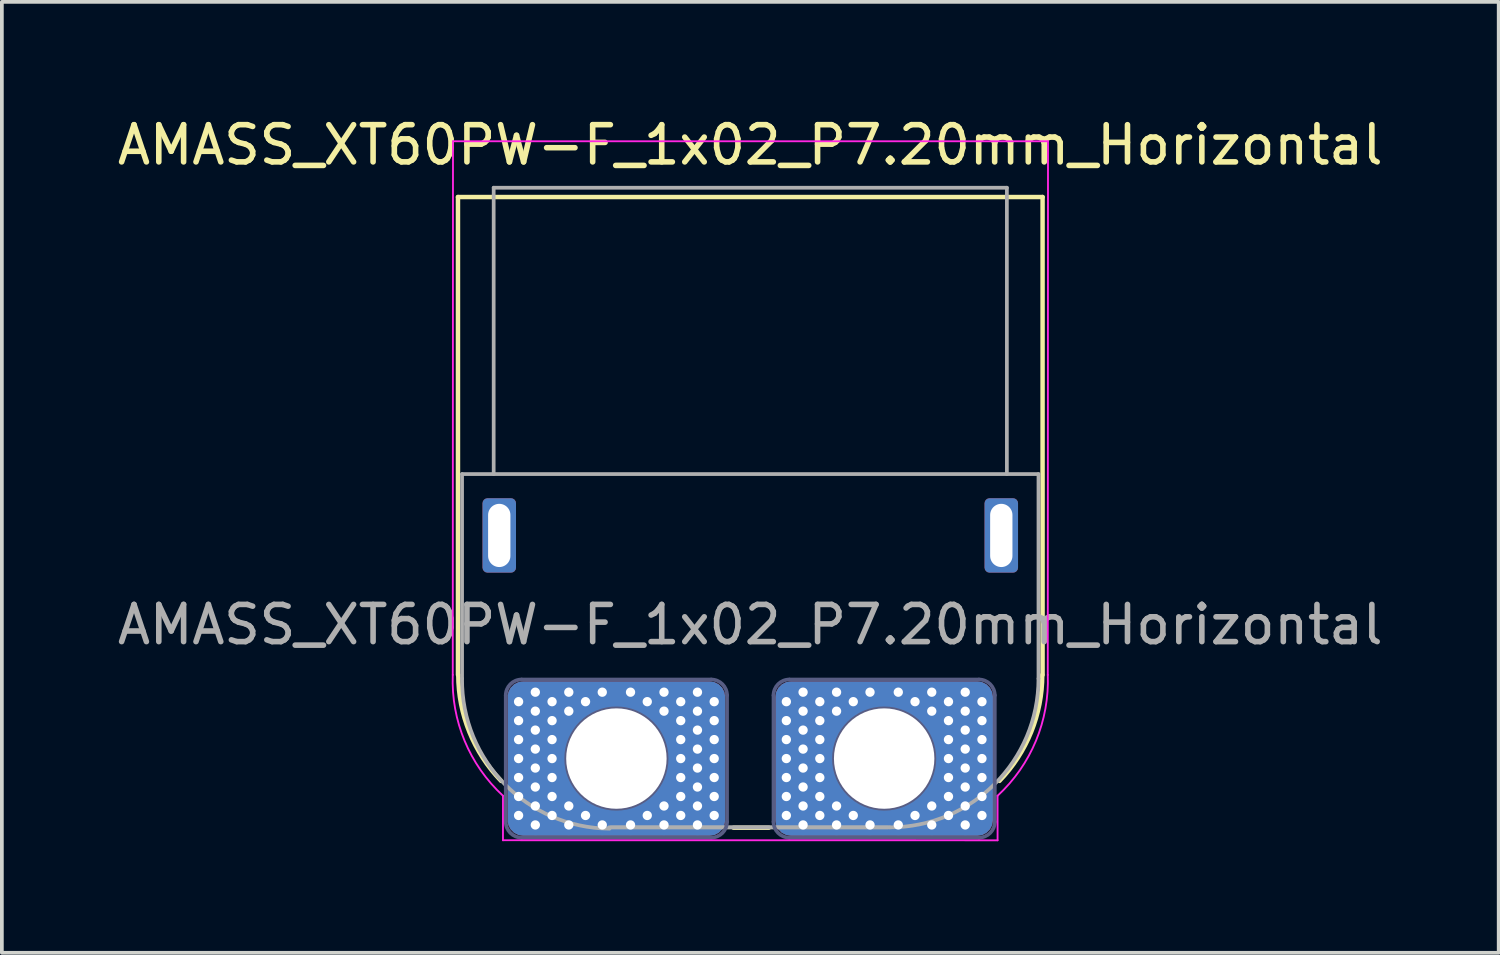
<source format=kicad_pcb>
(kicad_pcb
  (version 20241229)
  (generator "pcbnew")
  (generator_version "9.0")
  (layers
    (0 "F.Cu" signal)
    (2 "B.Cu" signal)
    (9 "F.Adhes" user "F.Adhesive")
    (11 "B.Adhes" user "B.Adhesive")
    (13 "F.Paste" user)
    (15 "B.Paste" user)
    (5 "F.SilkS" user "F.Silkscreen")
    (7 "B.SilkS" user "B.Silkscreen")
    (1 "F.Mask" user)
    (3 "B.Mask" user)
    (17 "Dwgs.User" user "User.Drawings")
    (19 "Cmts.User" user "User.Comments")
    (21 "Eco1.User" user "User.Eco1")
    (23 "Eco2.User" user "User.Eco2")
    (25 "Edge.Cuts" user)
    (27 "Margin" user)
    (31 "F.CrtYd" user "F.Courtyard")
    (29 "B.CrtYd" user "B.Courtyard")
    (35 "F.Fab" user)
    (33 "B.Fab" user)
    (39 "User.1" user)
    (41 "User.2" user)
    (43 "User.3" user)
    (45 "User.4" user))
  (footprint "AMASS_XT60PW-F_1x02_P7.20mm_Horizontal"
    (layer "F.Cu")
    (at 20.725 17.348)
    (property "Reference" "AMASS_XT60PW-F_1x02_P7.20mm_Horizontal" (at -3.6 -16.5 0) (layer "F.SilkS") (effects (font (size 1 1) (thickness 0.15))))
    (attr through_hole)
    (fp_line (start -11.46 -15.1) (end -11.46 -2.25) (stroke (width 0.12) (type solid)) (layer "F.SilkS"))
    (fp_line (start -11.46 -15.1) (end 4.26 -15.1) (stroke (width 0.12) (type solid)) (layer "F.SilkS"))
    (fp_line (start -4.05 1.86) (end -3.1 1.86) (stroke (width 0.12) (type solid)) (layer "F.SilkS"))
    (fp_line (start 4.26 -15.1) (end 4.26 -2.25) (stroke (width 0.12) (type solid)) (layer "F.SilkS"))
    (fp_arc (start -10.3 0.6) (mid -11.152985 -0.713022) (end -11.451828 -2.25) (stroke (width 0.12) (type solid)) (layer "F.SilkS"))
    (fp_arc (start 4.251828 -2.25) (mid 3.952985 -0.713022) (end 3.099999 0.599999) (stroke (width 0.12) (type solid)) (layer "F.SilkS"))
    (fp_line (start -11.594 -16.6) (end -11.6 -2.25) (stroke (width 0.05) (type solid)) (layer "F.CrtYd"))
    (fp_line (start -11.594 -16.6) (end 4.406 -16.6) (stroke (width 0.05) (type solid)) (layer "F.CrtYd"))
    (fp_line (start -10.25 1) (end -10.25 2.198) (stroke (width 0.05) (type solid)) (layer "F.CrtYd"))
    (fp_line (start 3.05 1) (end 3.05 2.198) (stroke (width 0.05) (type solid)) (layer "F.CrtYd"))
    (fp_line (start 3.05 2.198) (end -10.25 2.196) (stroke (width 0.05) (type solid)) (layer "F.CrtYd"))
    (fp_line (start 4.406 -16.6) (end 4.4 -2.25) (stroke (width 0.05) (type solid)) (layer "F.CrtYd"))
    (fp_arc (start -10.25 1) (mid -11.281741 -0.476815) (end -11.6 -2.25) (stroke (width 0.05) (type solid)) (layer "F.CrtYd"))
    (fp_arc (start 4.4 -2.25) (mid 4.081744 -0.476814) (end 3.05 1) (stroke (width 0.05) (type solid)) (layer "F.CrtYd"))
    (fp_line (start -10.175 1.7) (end -10.175 -1.7) (stroke (width 0.1) (type default)) (layer "B.Fab"))
    (fp_line (start -9.75 -2.125) (end -4.65 -2.125) (stroke (width 0.1) (type default)) (layer "B.Fab"))
    (fp_line (start -4.65 2.125) (end -9.75 2.125) (stroke (width 0.1) (type default)) (layer "B.Fab"))
    (fp_line (start -4.225 -1.7) (end -4.225 1.7) (stroke (width 0.1) (type default)) (layer "B.Fab"))
    (fp_line (start -2.975 1.7) (end -2.975 -1.7) (stroke (width 0.1) (type default)) (layer "B.Fab"))
    (fp_line (start -2.55 -2.125) (end 2.55 -2.125) (stroke (width 0.1) (type default)) (layer "B.Fab"))
    (fp_line (start 2.55 2.125) (end -2.55 2.125) (stroke (width 0.1) (type default)) (layer "B.Fab"))
    (fp_line (start 2.975 -1.7) (end 2.975 1.7) (stroke (width 0.1) (type default)) (layer "B.Fab"))
    (fp_arc (start -10.175 -1.7) (mid -10.05052 -2.00052) (end -9.75 -2.125) (stroke (width 0.1) (type default)) (layer "B.Fab"))
    (fp_arc (start -9.75 2.125) (mid -10.05052 2.00052) (end -10.175 1.7) (stroke (width 0.1) (type default)) (layer "B.Fab"))
    (fp_arc (start -4.65 -2.125) (mid -4.34948 -2.00052) (end -4.225 -1.7) (stroke (width 0.1) (type default)) (layer "B.Fab"))
    (fp_arc (start -4.225 1.7) (mid -4.34948 2.00052) (end -4.65 2.125) (stroke (width 0.1) (type default)) (layer "B.Fab"))
    (fp_arc (start -2.975 -1.7) (mid -2.85052 -2.00052) (end -2.55 -2.125) (stroke (width 0.1) (type default)) (layer "B.Fab"))
    (fp_arc (start -2.55 2.125) (mid -2.85052 2.00052) (end -2.975 1.7) (stroke (width 0.1) (type default)) (layer "B.Fab"))
    (fp_arc (start 2.55 -2.125) (mid 2.85052 -2.00052) (end 2.975 -1.7) (stroke (width 0.1) (type default)) (layer "B.Fab"))
    (fp_arc (start 2.975 1.7) (mid 2.85052 2.00052) (end 2.55 2.125) (stroke (width 0.1) (type default)) (layer "B.Fab"))
    (fp_circle (center -7.2 0) (end -5.85 0) (stroke (width 0.1) (type default)) (fill no) (layer "B.Fab"))
    (fp_circle (center 0 0) (end 1.35 0) (stroke (width 0.1) (type default)) (fill no) (layer "B.Fab"))
    (fp_line (start -11.35 -7.65) (end -11.35 -2.15) (stroke (width 0.1) (type solid)) (layer "F.Fab"))
    (fp_line (start -11.35 -7.65) (end 4.15 -7.65) (stroke (width 0.1) (type solid)) (layer "F.Fab"))
    (fp_line (start -10.5 -15.35) (end 3.3 -15.35) (stroke (width 0.1) (type solid)) (layer "F.Fab"))
    (fp_line (start -10.5 -7.65) (end -10.5 -15.35) (stroke (width 0.1) (type solid)) (layer "F.Fab"))
    (fp_line (start -7.4 1.85) (end 0.1 1.85) (stroke (width 0.1) (type solid)) (layer "F.Fab"))
    (fp_line (start -7.35 1.85) (end 0.15 1.85) (stroke (width 0.1) (type solid)) (layer "F.Fab"))
    (fp_line (start 3.3 -7.65) (end 3.3 -15.35) (stroke (width 0.1) (type solid)) (layer "F.Fab"))
    (fp_line (start 4.15 -7.65) (end 4.15 -2.15) (stroke (width 0.1) (type solid)) (layer "F.Fab"))
    (fp_arc (start -7.385 1.885) (mid -10.203176 0.688678) (end -11.35 -2.15) (stroke (width 0.1) (type solid)) (layer "F.Fab"))
    (fp_arc (start 4.15 -2.15) (mid 2.978427 0.678427) (end 0.15 1.85) (stroke (width 0.1) (type solid)) (layer "F.Fab"))
    (fp_circle (center -0.05 0) (end 0.2 0) (stroke (width 0.1) (type solid)) (fill no) (layer "F.Fab"))
    (fp_text user "${REFERENCE}" (at -3.6 -3.6 0) (layer "F.Fab") (effects (font (size 1 1) (thickness 0.15))))
    (pad "1" thru_hole circle (at -2.63 -1.53 90) (size 0.55 0.55) (drill 0.25) (layers "*.Cu"))
    (pad "1" thru_hole circle (at -2.63 -1.02 90) (size 0.55 0.55) (drill 0.25) (layers "*.Cu"))
    (pad "1" thru_hole circle (at -2.63 -0.51 90) (size 0.55 0.55) (drill 0.25) (layers "*.Cu"))
    (pad "1" thru_hole circle (at -2.63 0 90) (size 0.55 0.55) (drill 0.25) (layers "*.Cu"))
    (pad "1" thru_hole circle (at -2.63 0.51 90) (size 0.55 0.55) (drill 0.25) (layers "*.Cu"))
    (pad "1" thru_hole circle (at -2.63 1.02 90) (size 0.55 0.55) (drill 0.25) (layers "*.Cu"))
    (pad "1" thru_hole circle (at -2.63 1.53 90) (size 0.55 0.55) (drill 0.25) (layers "*.Cu"))
    (pad "1" thru_hole circle (at -2.18 -1.785 90) (size 0.55 0.55) (drill 0.25) (layers "*.Cu"))
    (pad "1" thru_hole circle (at -2.18 -1.275 90) (size 0.55 0.55) (drill 0.25) (layers "*.Cu"))
    (pad "1" thru_hole circle (at -2.18 -0.765 90) (size 0.55 0.55) (drill 0.25) (layers "*.Cu"))
    (pad "1" thru_hole circle (at -2.18 -0.255 90) (size 0.55 0.55) (drill 0.25) (layers "*.Cu"))
    (pad "1" thru_hole circle (at -2.18 0.255 90) (size 0.55 0.55) (drill 0.25) (layers "*.Cu"))
    (pad "1" thru_hole circle (at -2.18 0.765 90) (size 0.55 0.55) (drill 0.25) (layers "*.Cu"))
    (pad "1" thru_hole circle (at -2.18 1.275 90) (size 0.55 0.55) (drill 0.25) (layers "*.Cu"))
    (pad "1" thru_hole circle (at -2.18 1.785 90) (size 0.55 0.55) (drill 0.25) (layers "*.Cu"))
    (pad "1" thru_hole circle (at -1.73 -1.53 90) (size 0.55 0.55) (drill 0.25) (layers "*.Cu"))
    (pad "1" thru_hole circle (at -1.73 -1.02 90) (size 0.55 0.55) (drill 0.25) (layers "*.Cu"))
    (pad "1" thru_hole circle (at -1.73 -0.51 90) (size 0.55 0.55) (drill 0.25) (layers "*.Cu"))
    (pad "1" thru_hole circle (at -1.73 0 90) (size 0.55 0.55) (drill 0.25) (layers "*.Cu"))
    (pad "1" thru_hole circle (at -1.73 0.51 90) (size 0.55 0.55) (drill 0.25) (layers "*.Cu"))
    (pad "1" thru_hole circle (at -1.73 1.02 90) (size 0.55 0.55) (drill 0.25) (layers "*.Cu"))
    (pad "1" thru_hole circle (at -1.73 1.53 90) (size 0.55 0.55) (drill 0.25) (layers "*.Cu"))
    (pad "1" thru_hole circle (at -1.28 -1.785 90) (size 0.55 0.55) (drill 0.25) (layers "*.Cu"))
    (pad "1" thru_hole circle (at -1.28 -1.275 90) (size 0.55 0.55) (drill 0.25) (layers "*.Cu"))
    (pad "1" thru_hole circle (at -1.28 1.275 90) (size 0.55 0.55) (drill 0.25) (layers "*.Cu"))
    (pad "1" thru_hole circle (at -1.28 1.785 90) (size 0.55 0.55) (drill 0.25) (layers "*.Cu"))
    (pad "1" thru_hole circle (at -0.83 -1.53 90) (size 0.55 0.55) (drill 0.25) (layers "*.Cu"))
    (pad "1" thru_hole circle (at -0.83 1.53 90) (size 0.55 0.55) (drill 0.25) (layers "*.Cu"))
    (pad "1" thru_hole circle (at -0.38 -1.785 90) (size 0.55 0.55) (drill 0.25) (layers "*.Cu"))
    (pad "1" thru_hole circle (at -0.38 1.785 90) (size 0.55 0.55) (drill 0.25) (layers "*.Cu"))
    (pad "1" thru_hole roundrect (at 0 0) (size 5.85 4.15) (drill 2.7) (layers "*.Cu" "*.Mask") (roundrect_rratio 0.1))
    (pad "1" thru_hole circle (at 0.38 -1.785 270) (size 0.55 0.55) (drill 0.25) (layers "*.Cu"))
    (pad "1" thru_hole circle (at 0.38 1.785 270) (size 0.55 0.55) (drill 0.25) (layers "*.Cu"))
    (pad "1" thru_hole circle (at 0.83 -1.53 270) (size 0.55 0.55) (drill 0.25) (layers "*.Cu"))
    (pad "1" thru_hole circle (at 0.83 1.53 270) (size 0.55 0.55) (drill 0.25) (layers "*.Cu"))
    (pad "1" thru_hole circle (at 1.28 -1.785 270) (size 0.55 0.55) (drill 0.25) (layers "*.Cu"))
    (pad "1" thru_hole circle (at 1.28 -1.275 270) (size 0.55 0.55) (drill 0.25) (layers "*.Cu"))
    (pad "1" thru_hole circle (at 1.28 1.275 270) (size 0.55 0.55) (drill 0.25) (layers "*.Cu"))
    (pad "1" thru_hole circle (at 1.28 1.785 270) (size 0.55 0.55) (drill 0.25) (layers "*.Cu"))
    (pad "1" thru_hole circle (at 1.73 -1.53 270) (size 0.55 0.55) (drill 0.25) (layers "*.Cu"))
    (pad "1" thru_hole circle (at 1.73 -1.02 270) (size 0.55 0.55) (drill 0.25) (layers "*.Cu"))
    (pad "1" thru_hole circle (at 1.73 -0.51 270) (size 0.55 0.55) (drill 0.25) (layers "*.Cu"))
    (pad "1" thru_hole circle (at 1.73 0 270) (size 0.55 0.55) (drill 0.25) (layers "*.Cu"))
    (pad "1" thru_hole circle (at 1.73 0.51 270) (size 0.55 0.55) (drill 0.25) (layers "*.Cu"))
    (pad "1" thru_hole circle (at 1.73 1.02 270) (size 0.55 0.55) (drill 0.25) (layers "*.Cu"))
    (pad "1" thru_hole circle (at 1.73 1.53 270) (size 0.55 0.55) (drill 0.25) (layers "*.Cu"))
    (pad "1" thru_hole circle (at 2.18 -1.785 270) (size 0.55 0.55) (drill 0.25) (layers "*.Cu"))
    (pad "1" thru_hole circle (at 2.18 -1.275 270) (size 0.55 0.55) (drill 0.25) (layers "*.Cu"))
    (pad "1" thru_hole circle (at 2.18 -0.765 270) (size 0.55 0.55) (drill 0.25) (layers "*.Cu"))
    (pad "1" thru_hole circle (at 2.18 -0.255 270) (size 0.55 0.55) (drill 0.25) (layers "*.Cu"))
    (pad "1" thru_hole circle (at 2.18 0.255 270) (size 0.55 0.55) (drill 0.25) (layers "*.Cu"))
    (pad "1" thru_hole circle (at 2.18 0.765 270) (size 0.55 0.55) (drill 0.25) (layers "*.Cu"))
    (pad "1" thru_hole circle (at 2.18 1.275 270) (size 0.55 0.55) (drill 0.25) (layers "*.Cu"))
    (pad "1" thru_hole circle (at 2.18 1.785 270) (size 0.55 0.55) (drill 0.25) (layers "*.Cu"))
    (pad "1" thru_hole circle (at 2.63 -1.53 270) (size 0.55 0.55) (drill 0.25) (layers "*.Cu"))
    (pad "1" thru_hole circle (at 2.63 -1.02 270) (size 0.55 0.55) (drill 0.25) (layers "*.Cu"))
    (pad "1" thru_hole circle (at 2.63 -0.51 270) (size 0.55 0.55) (drill 0.25) (layers "*.Cu"))
    (pad "1" thru_hole circle (at 2.63 0 270) (size 0.55 0.55) (drill 0.25) (layers "*.Cu"))
    (pad "1" thru_hole circle (at 2.63 0.51 270) (size 0.55 0.55) (drill 0.25) (layers "*.Cu"))
    (pad "1" thru_hole circle (at 2.63 1.02 270) (size 0.55 0.55) (drill 0.25) (layers "*.Cu"))
    (pad "1" thru_hole circle (at 2.63 1.53 270) (size 0.55 0.55) (drill 0.25) (layers "*.Cu"))
    (pad "2" thru_hole circle (at -9.83 -1.53 90) (size 0.55 0.55) (drill 0.25) (layers "*.Cu"))
    (pad "2" thru_hole circle (at -9.83 -1.02 90) (size 0.55 0.55) (drill 0.25) (layers "*.Cu"))
    (pad "2" thru_hole circle (at -9.83 -0.51 90) (size 0.55 0.55) (drill 0.25) (layers "*.Cu"))
    (pad "2" thru_hole circle (at -9.83 0 90) (size 0.55 0.55) (drill 0.25) (layers "*.Cu"))
    (pad "2" thru_hole circle (at -9.83 0.51 90) (size 0.55 0.55) (drill 0.25) (layers "*.Cu"))
    (pad "2" thru_hole circle (at -9.83 1.02 90) (size 0.55 0.55) (drill 0.25) (layers "*.Cu"))
    (pad "2" thru_hole circle (at -9.83 1.53 90) (size 0.55 0.55) (drill 0.25) (layers "*.Cu"))
    (pad "2" thru_hole circle (at -9.38 -1.785 90) (size 0.55 0.55) (drill 0.25) (layers "*.Cu"))
    (pad "2" thru_hole circle (at -9.38 -1.275 90) (size 0.55 0.55) (drill 0.25) (layers "*.Cu"))
    (pad "2" thru_hole circle (at -9.38 -0.765 90) (size 0.55 0.55) (drill 0.25) (layers "*.Cu"))
    (pad "2" thru_hole circle (at -9.38 -0.255 90) (size 0.55 0.55) (drill 0.25) (layers "*.Cu"))
    (pad "2" thru_hole circle (at -9.38 0.255 90) (size 0.55 0.55) (drill 0.25) (layers "*.Cu"))
    (pad "2" thru_hole circle (at -9.38 0.765 90) (size 0.55 0.55) (drill 0.25) (layers "*.Cu"))
    (pad "2" thru_hole circle (at -9.38 1.275 90) (size 0.55 0.55) (drill 0.25) (layers "*.Cu"))
    (pad "2" thru_hole circle (at -9.38 1.785 90) (size 0.55 0.55) (drill 0.25) (layers "*.Cu"))
    (pad "2" thru_hole circle (at -8.93 -1.53 90) (size 0.55 0.55) (drill 0.25) (layers "*.Cu"))
    (pad "2" thru_hole circle (at -8.93 -1.02 90) (size 0.55 0.55) (drill 0.25) (layers "*.Cu"))
    (pad "2" thru_hole circle (at -8.93 -0.51 90) (size 0.55 0.55) (drill 0.25) (layers "*.Cu"))
    (pad "2" thru_hole circle (at -8.93 0 90) (size 0.55 0.55) (drill 0.25) (layers "*.Cu"))
    (pad "2" thru_hole circle (at -8.93 0.51 90) (size 0.55 0.55) (drill 0.25) (layers "*.Cu"))
    (pad "2" thru_hole circle (at -8.93 1.02 90) (size 0.55 0.55) (drill 0.25) (layers "*.Cu"))
    (pad "2" thru_hole circle (at -8.93 1.53 90) (size 0.55 0.55) (drill 0.25) (layers "*.Cu"))
    (pad "2" thru_hole circle (at -8.48 -1.785 90) (size 0.55 0.55) (drill 0.25) (layers "*.Cu"))
    (pad "2" thru_hole circle (at -8.48 -1.275 90) (size 0.55 0.55) (drill 0.25) (layers "*.Cu"))
    (pad "2" thru_hole circle (at -8.48 1.275 90) (size 0.55 0.55) (drill 0.25) (layers "*.Cu"))
    (pad "2" thru_hole circle (at -8.48 1.785 90) (size 0.55 0.55) (drill 0.25) (layers "*.Cu"))
    (pad "2" thru_hole circle (at -8.03 -1.53 90) (size 0.55 0.55) (drill 0.25) (layers "*.Cu"))
    (pad "2" thru_hole circle (at -8.03 1.53 90) (size 0.55 0.55) (drill 0.25) (layers "*.Cu"))
    (pad "2" thru_hole circle (at -7.58 -1.785 90) (size 0.55 0.55) (drill 0.25) (layers "*.Cu"))
    (pad "2" thru_hole circle (at -7.58 1.785 90) (size 0.55 0.55) (drill 0.25) (layers "*.Cu"))
    (pad "2" thru_hole roundrect (at -7.2 0) (size 5.85 4.15) (drill 2.7) (layers "*.Cu" "*.Mask") (roundrect_rratio 0.1))
    (pad "2" thru_hole circle (at -6.82 -1.785 270) (size 0.55 0.55) (drill 0.25) (layers "*.Cu"))
    (pad "2" thru_hole circle (at -6.82 1.785 270) (size 0.55 0.55) (drill 0.25) (layers "*.Cu"))
    (pad "2" thru_hole circle (at -6.37 -1.53 270) (size 0.55 0.55) (drill 0.25) (layers "*.Cu"))
    (pad "2" thru_hole circle (at -6.37 1.53 270) (size 0.55 0.55) (drill 0.25) (layers "*.Cu"))
    (pad "2" thru_hole circle (at -5.92 -1.785 270) (size 0.55 0.55) (drill 0.25) (layers "*.Cu"))
    (pad "2" thru_hole circle (at -5.92 -1.275 270) (size 0.55 0.55) (drill 0.25) (layers "*.Cu"))
    (pad "2" thru_hole circle (at -5.92 1.275 270) (size 0.55 0.55) (drill 0.25) (layers "*.Cu"))
    (pad "2" thru_hole circle (at -5.92 1.785 270) (size 0.55 0.55) (drill 0.25) (layers "*.Cu"))
    (pad "2" thru_hole circle (at -5.47 -1.53 270) (size 0.55 0.55) (drill 0.25) (layers "*.Cu"))
    (pad "2" thru_hole circle (at -5.47 -1.02 270) (size 0.55 0.55) (drill 0.25) (layers "*.Cu"))
    (pad "2" thru_hole circle (at -5.47 -0.51 270) (size 0.55 0.55) (drill 0.25) (layers "*.Cu"))
    (pad "2" thru_hole circle (at -5.47 0 270) (size 0.55 0.55) (drill 0.25) (layers "*.Cu"))
    (pad "2" thru_hole circle (at -5.47 0.51 270) (size 0.55 0.55) (drill 0.25) (layers "*.Cu"))
    (pad "2" thru_hole circle (at -5.47 1.02 270) (size 0.55 0.55) (drill 0.25) (layers "*.Cu"))
    (pad "2" thru_hole circle (at -5.47 1.53 270) (size 0.55 0.55) (drill 0.25) (layers "*.Cu"))
    (pad "2" thru_hole circle (at -5.02 -1.785 270) (size 0.55 0.55) (drill 0.25) (layers "*.Cu"))
    (pad "2" thru_hole circle (at -5.02 -1.275 270) (size 0.55 0.55) (drill 0.25) (layers "*.Cu"))
    (pad "2" thru_hole circle (at -5.02 -0.765 270) (size 0.55 0.55) (drill 0.25) (layers "*.Cu"))
    (pad "2" thru_hole circle (at -5.02 -0.255 270) (size 0.55 0.55) (drill 0.25) (layers "*.Cu"))
    (pad "2" thru_hole circle (at -5.02 0.255 270) (size 0.55 0.55) (drill 0.25) (layers "*.Cu"))
    (pad "2" thru_hole circle (at -5.02 0.765 270) (size 0.55 0.55) (drill 0.25) (layers "*.Cu"))
    (pad "2" thru_hole circle (at -5.02 1.275 270) (size 0.55 0.55) (drill 0.25) (layers "*.Cu"))
    (pad "2" thru_hole circle (at -5.02 1.785 270) (size 0.55 0.55) (drill 0.25) (layers "*.Cu"))
    (pad "2" thru_hole circle (at -4.57 -1.53 270) (size 0.55 0.55) (drill 0.25) (layers "*.Cu"))
    (pad "2" thru_hole circle (at -4.57 -1.02 270) (size 0.55 0.55) (drill 0.25) (layers "*.Cu"))
    (pad "2" thru_hole circle (at -4.57 -0.51 270) (size 0.55 0.55) (drill 0.25) (layers "*.Cu"))
    (pad "2" thru_hole circle (at -4.57 0 270) (size 0.55 0.55) (drill 0.25) (layers "*.Cu"))
    (pad "2" thru_hole circle (at -4.57 0.51 270) (size 0.55 0.55) (drill 0.25) (layers "*.Cu"))
    (pad "2" thru_hole circle (at -4.57 1.02 270) (size 0.55 0.55) (drill 0.25) (layers "*.Cu"))
    (pad "2" thru_hole circle (at -4.57 1.53 270) (size 0.55 0.55) (drill 0.25) (layers "*.Cu"))
    (pad "MP1" thru_hole roundrect (at 3.15 -6) (size 0.9 2) (drill oval 0.6 1.7) (layers "*.Cu" "*.Mask") (roundrect_rratio 0.15))
    (pad "MP2" thru_hole roundrect (at -10.35 -6) (size 0.9 2) (drill oval 0.6 1.7) (layers "*.Cu" "*.Mask") (roundrect_rratio 0.15)))
  (gr_rect
    (start -3 -3)
    (end 37.25 22.571)
    (stroke (width 0.1) (type default))
    (fill no)
    (layer "Edge.Cuts")))
</source>
